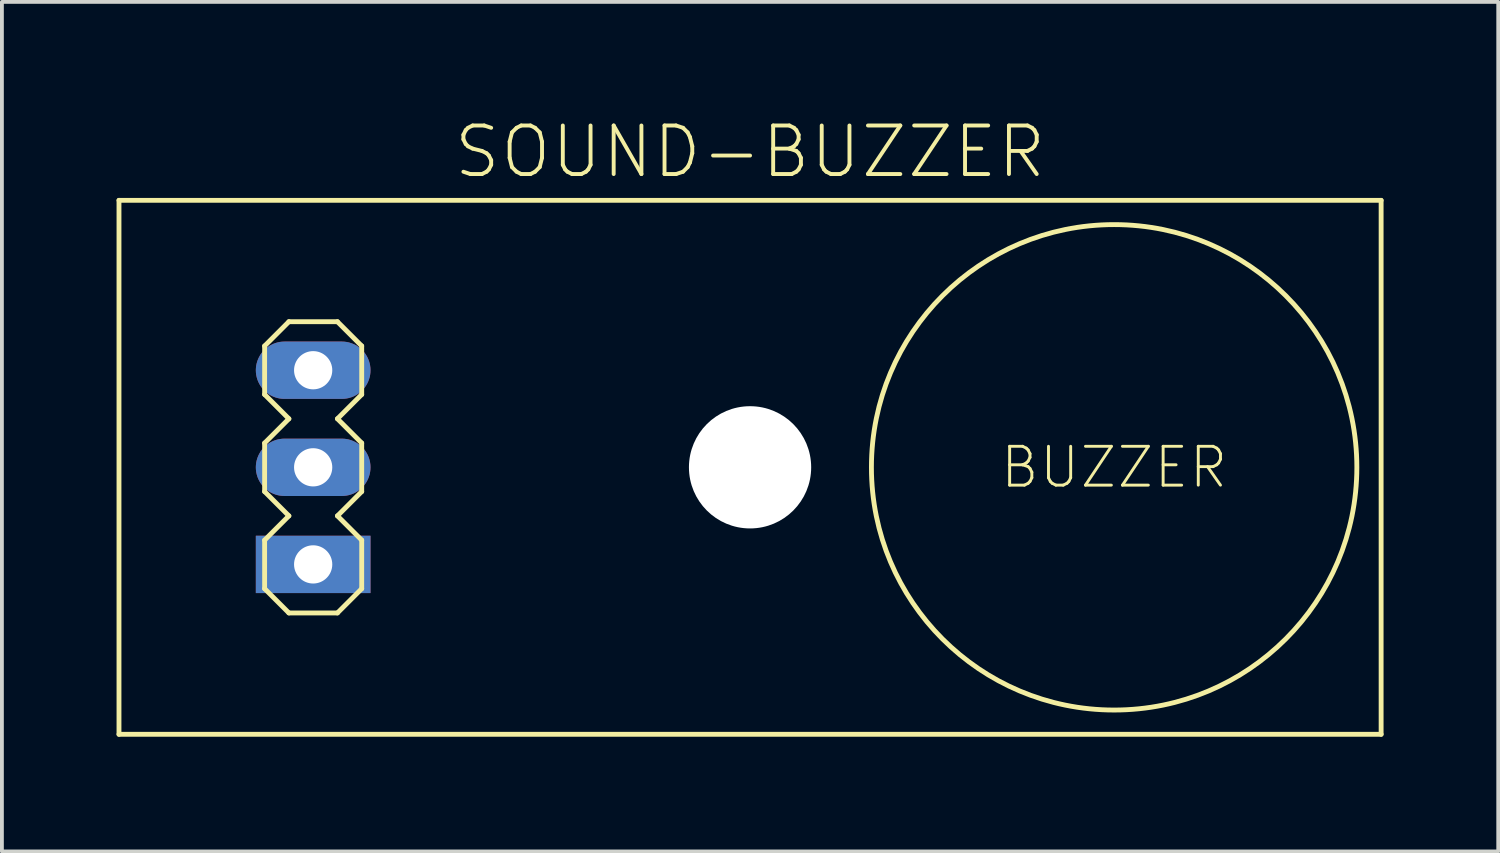
<source format=kicad_pcb>
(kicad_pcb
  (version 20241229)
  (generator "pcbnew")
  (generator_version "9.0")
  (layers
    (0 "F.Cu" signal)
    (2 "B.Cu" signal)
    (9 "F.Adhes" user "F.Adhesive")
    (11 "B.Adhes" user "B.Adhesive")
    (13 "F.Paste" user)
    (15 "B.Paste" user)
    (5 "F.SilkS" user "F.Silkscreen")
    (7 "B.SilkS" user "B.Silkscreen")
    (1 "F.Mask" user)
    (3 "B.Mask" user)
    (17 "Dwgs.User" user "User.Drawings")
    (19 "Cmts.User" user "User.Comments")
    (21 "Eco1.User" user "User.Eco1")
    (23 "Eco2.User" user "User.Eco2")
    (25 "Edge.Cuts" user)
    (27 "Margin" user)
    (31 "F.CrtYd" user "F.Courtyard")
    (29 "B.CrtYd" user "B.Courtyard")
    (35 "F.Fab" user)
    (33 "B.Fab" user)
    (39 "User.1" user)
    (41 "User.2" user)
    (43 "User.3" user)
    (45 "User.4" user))
  (footprint "SOUND-BUZZER"
    (layer "F.Cu")
    (at 16.573 9.176)
    (property "Reference" "SOUND-BUZZER" (at 0 -8.255 0) (layer "F.SilkS") (effects (font (size 1.27 1.27) (thickness 0.102))))
    (attr exclude_from_pos_files exclude_from_bom)
    (fp_line (start -16.51 -6.985) (end 16.51 -6.985) (stroke (width 0.127) (type solid)) (layer "F.SilkS"))
    (fp_line (start -16.51 6.985) (end -16.51 -6.985) (stroke (width 0.127) (type solid)) (layer "F.SilkS"))
    (fp_line (start -12.7 -3.175) (end -12.065 -3.81) (stroke (width 0.127) (type solid)) (layer "F.SilkS"))
    (fp_line (start -12.7 -1.905) (end -12.7 -3.175) (stroke (width 0.127) (type solid)) (layer "F.SilkS"))
    (fp_line (start -12.7 -0.635) (end -12.065 -1.27) (stroke (width 0.127) (type solid)) (layer "F.SilkS"))
    (fp_line (start -12.7 0.635) (end -12.7 -0.635) (stroke (width 0.127) (type solid)) (layer "F.SilkS"))
    (fp_line (start -12.7 1.905) (end -12.065 1.27) (stroke (width 0.127) (type solid)) (layer "F.SilkS"))
    (fp_line (start -12.7 3.175) (end -12.7 1.905) (stroke (width 0.127) (type solid)) (layer "F.SilkS"))
    (fp_line (start -12.065 -3.81) (end -10.795 -3.81) (stroke (width 0.127) (type solid)) (layer "F.SilkS"))
    (fp_line (start -12.065 -1.27) (end -12.7 -1.905) (stroke (width 0.127) (type solid)) (layer "F.SilkS"))
    (fp_line (start -12.065 1.27) (end -12.7 0.635) (stroke (width 0.127) (type solid)) (layer "F.SilkS"))
    (fp_line (start -12.065 3.81) (end -12.7 3.175) (stroke (width 0.127) (type solid)) (layer "F.SilkS"))
    (fp_line (start -10.795 -3.81) (end -10.16 -3.175) (stroke (width 0.127) (type solid)) (layer "F.SilkS"))
    (fp_line (start -10.795 -1.27) (end -10.16 -0.635) (stroke (width 0.127) (type solid)) (layer "F.SilkS"))
    (fp_line (start -10.795 1.27) (end -10.16 1.905) (stroke (width 0.127) (type solid)) (layer "F.SilkS"))
    (fp_line (start -10.795 3.81) (end -12.065 3.81) (stroke (width 0.127) (type solid)) (layer "F.SilkS"))
    (fp_line (start -10.16 -3.175) (end -10.16 -1.905) (stroke (width 0.127) (type solid)) (layer "F.SilkS"))
    (fp_line (start -10.16 -1.905) (end -10.795 -1.27) (stroke (width 0.127) (type solid)) (layer "F.SilkS"))
    (fp_line (start -10.16 -0.635) (end -10.16 0.635) (stroke (width 0.127) (type solid)) (layer "F.SilkS"))
    (fp_line (start -10.16 0.635) (end -10.795 1.27) (stroke (width 0.127) (type solid)) (layer "F.SilkS"))
    (fp_line (start -10.16 1.905) (end -10.16 3.175) (stroke (width 0.127) (type solid)) (layer "F.SilkS"))
    (fp_line (start -10.16 3.175) (end -10.795 3.81) (stroke (width 0.127) (type solid)) (layer "F.SilkS"))
    (fp_line (start 16.51 -6.985) (end 16.51 6.985) (stroke (width 0.127) (type solid)) (layer "F.SilkS"))
    (fp_line (start 16.51 6.985) (end -16.51 6.985) (stroke (width 0.127) (type solid)) (layer "F.SilkS"))
    (fp_circle (center 9.525 0) (end 9.525 -6.35) (stroke (width 0.127) (type solid)) (fill no) (layer "F.SilkS"))
    (fp_text user "BUZZER" (at 9.525 0 0) (layer "F.SilkS") (effects (font (size 1.016 1.016) (thickness 0.076))))
    (pad "" np_thru_hole circle (at 0 0) (size 3.198 3.198) (drill 3.198) (layers "*.Cu" "*.Mask"))
    (pad "1" thru_hole rect (at -11.43 2.54) (size 3 1.5) (drill 1) (layers "*.Cu" "*.Mask"))
    (pad "2" thru_hole oval (at -11.43 0) (size 3 1.5) (drill 1) (layers "*.Cu" "*.Mask"))
    (pad "3" thru_hole oval (at -11.43 -2.54) (size 3 1.5) (drill 1) (layers "*.Cu" "*.Mask")))
  (gr_rect
    (start -3 -3)
    (end 36.147 19.225)
    (stroke (width 0.1) (type default))
    (fill no)
    (layer "Edge.Cuts")))
</source>
